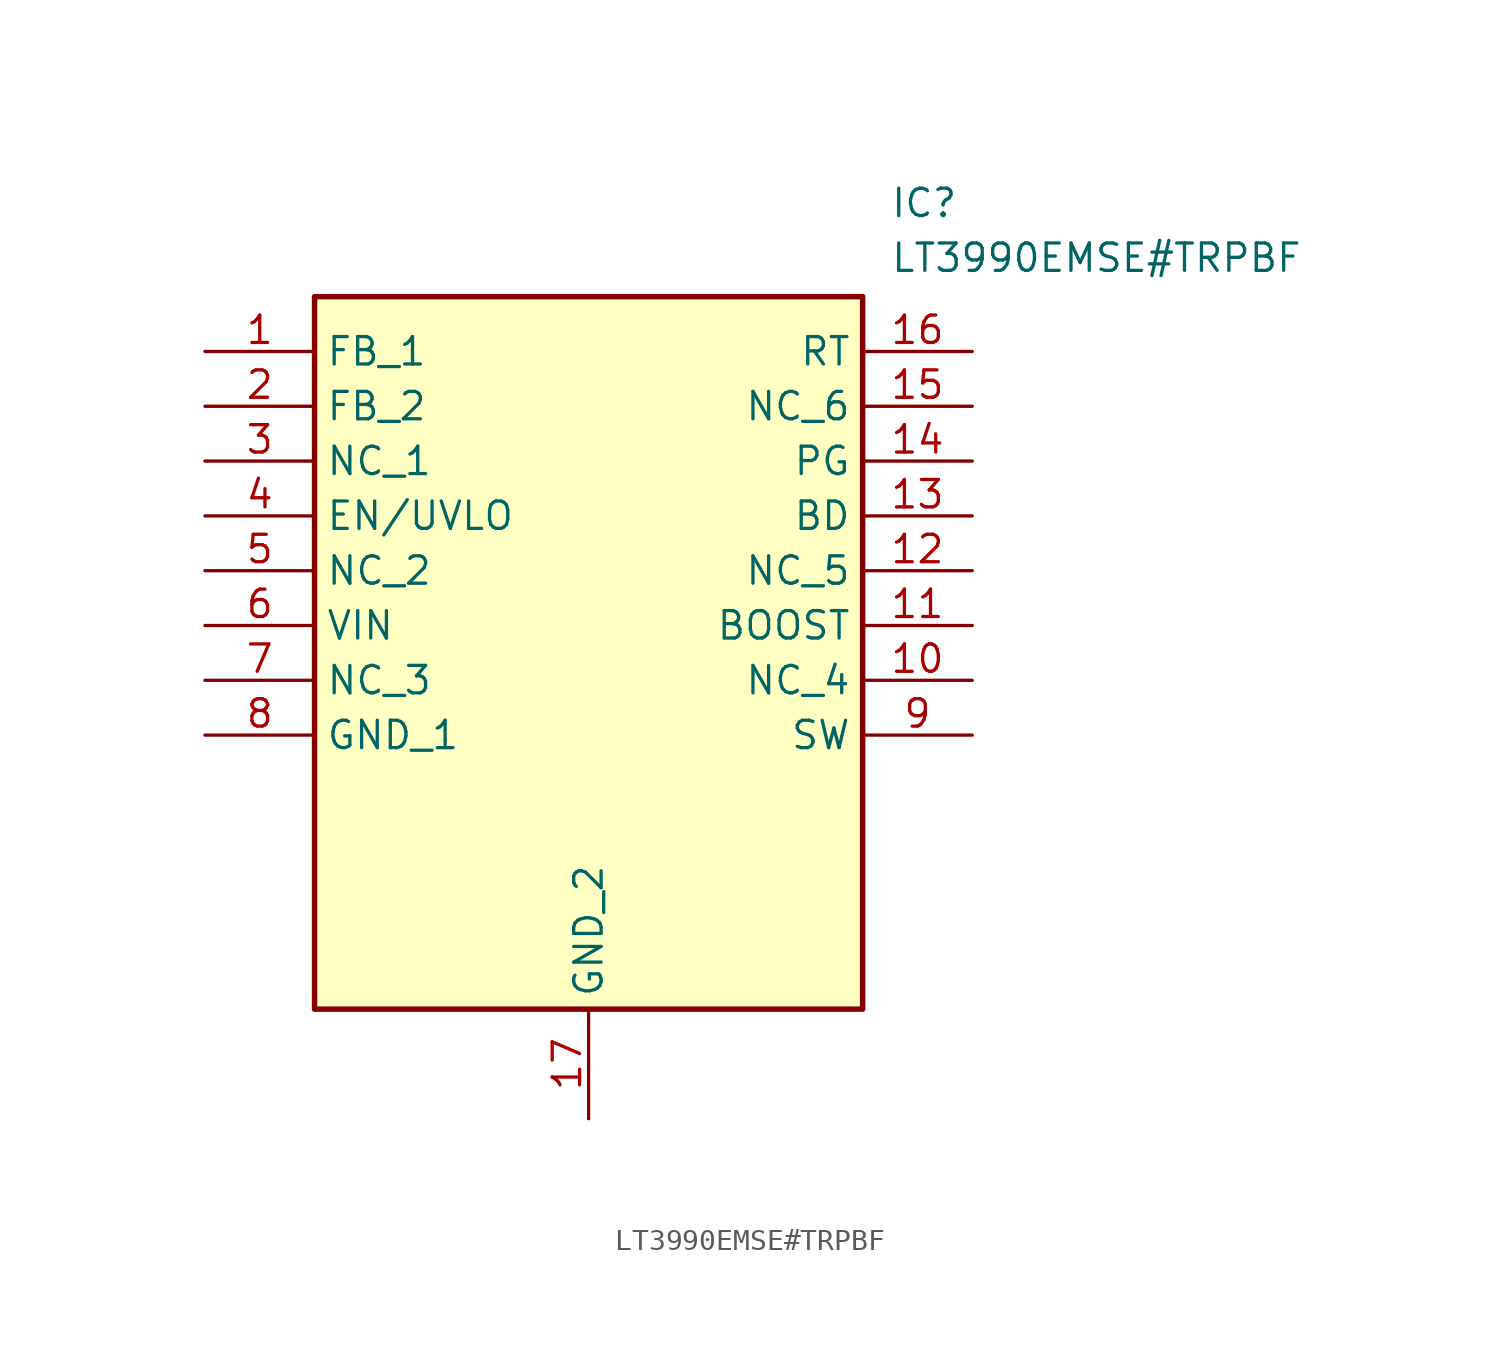
<source format=kicad_sym>
(kicad_symbol_lib
  (version 20211014)
  (generator SamacSys_ECAD_Model)
  (symbol "LT3990EMSE#TRPBF"
    (property "Reference" "IC"
      (at 31.75 7.62 0)
      (effects (font (size 1.27 1.27)) (justify left top)))
    (property "Value" "LT3990EMSE#TRPBF"
      (at 31.75 5.08 0)
      (effects (font (size 1.27 1.27)) (justify left top)))
    (rectangle
      (start 5.08 2.54)
      (end 30.48 -30.48)
      (stroke (width 0.254) (type default))
      (fill (type background)))
    (pin passive line
      (at 0 0 0)
      (length 5.08)
      (name "FB_1" (effects (font (size 1.27 1.27))))
      (number "1" (effects (font (size 1.27 1.27)))))
    (pin passive line
      (at 0 -2.54 0)
      (length 5.08)
      (name "FB_2" (effects (font (size 1.27 1.27))))
      (number "2" (effects (font (size 1.27 1.27)))))
    (pin passive line
      (at 0 -5.08 0)
      (length 5.08)
      (name "NC_1" (effects (font (size 1.27 1.27))))
      (number "3" (effects (font (size 1.27 1.27)))))
    (pin passive line
      (at 0 -7.62 0)
      (length 5.08)
      (name "EN/UVLO" (effects (font (size 1.27 1.27))))
      (number "4" (effects (font (size 1.27 1.27)))))
    (pin passive line
      (at 0 -10.16 0)
      (length 5.08)
      (name "NC_2" (effects (font (size 1.27 1.27))))
      (number "5" (effects (font (size 1.27 1.27)))))
    (pin passive line
      (at 0 -12.7 0)
      (length 5.08)
      (name "VIN" (effects (font (size 1.27 1.27))))
      (number "6" (effects (font (size 1.27 1.27)))))
    (pin passive line
      (at 0 -15.24 0)
      (length 5.08)
      (name "NC_3" (effects (font (size 1.27 1.27))))
      (number "7" (effects (font (size 1.27 1.27)))))
    (pin passive line
      (at 0 -17.78 0)
      (length 5.08)
      (name "GND_1" (effects (font (size 1.27 1.27))))
      (number "8" (effects (font (size 1.27 1.27)))))
    (pin passive line
      (at 17.78 -35.56 90)
      (length 5.08)
      (name "GND_2" (effects (font (size 1.27 1.27))))
      (number "17" (effects (font (size 1.27 1.27)))))
    (pin passive line
      (at 35.56 0 180)
      (length 5.08)
      (name "RT" (effects (font (size 1.27 1.27))))
      (number "16" (effects (font (size 1.27 1.27)))))
    (pin passive line
      (at 35.56 -2.54 180)
      (length 5.08)
      (name "NC_6" (effects (font (size 1.27 1.27))))
      (number "15" (effects (font (size 1.27 1.27)))))
    (pin passive line
      (at 35.56 -5.08 180)
      (length 5.08)
      (name "PG" (effects (font (size 1.27 1.27))))
      (number "14" (effects (font (size 1.27 1.27)))))
    (pin passive line
      (at 35.56 -7.62 180)
      (length 5.08)
      (name "BD" (effects (font (size 1.27 1.27))))
      (number "13" (effects (font (size 1.27 1.27)))))
    (pin passive line
      (at 35.56 -10.16 180)
      (length 5.08)
      (name "NC_5" (effects (font (size 1.27 1.27))))
      (number "12" (effects (font (size 1.27 1.27)))))
    (pin passive line
      (at 35.56 -12.7 180)
      (length 5.08)
      (name "BOOST" (effects (font (size 1.27 1.27))))
      (number "11" (effects (font (size 1.27 1.27)))))
    (pin passive line
      (at 35.56 -15.24 180)
      (length 5.08)
      (name "NC_4" (effects (font (size 1.27 1.27))))
      (number "10" (effects (font (size 1.27 1.27)))))
    (pin passive line
      (at 35.56 -17.78 180)
      (length 5.08)
      (name "SW" (effects (font (size 1.27 1.27))))
      (number "9" (effects (font (size 1.27 1.27)))))))
</source>
